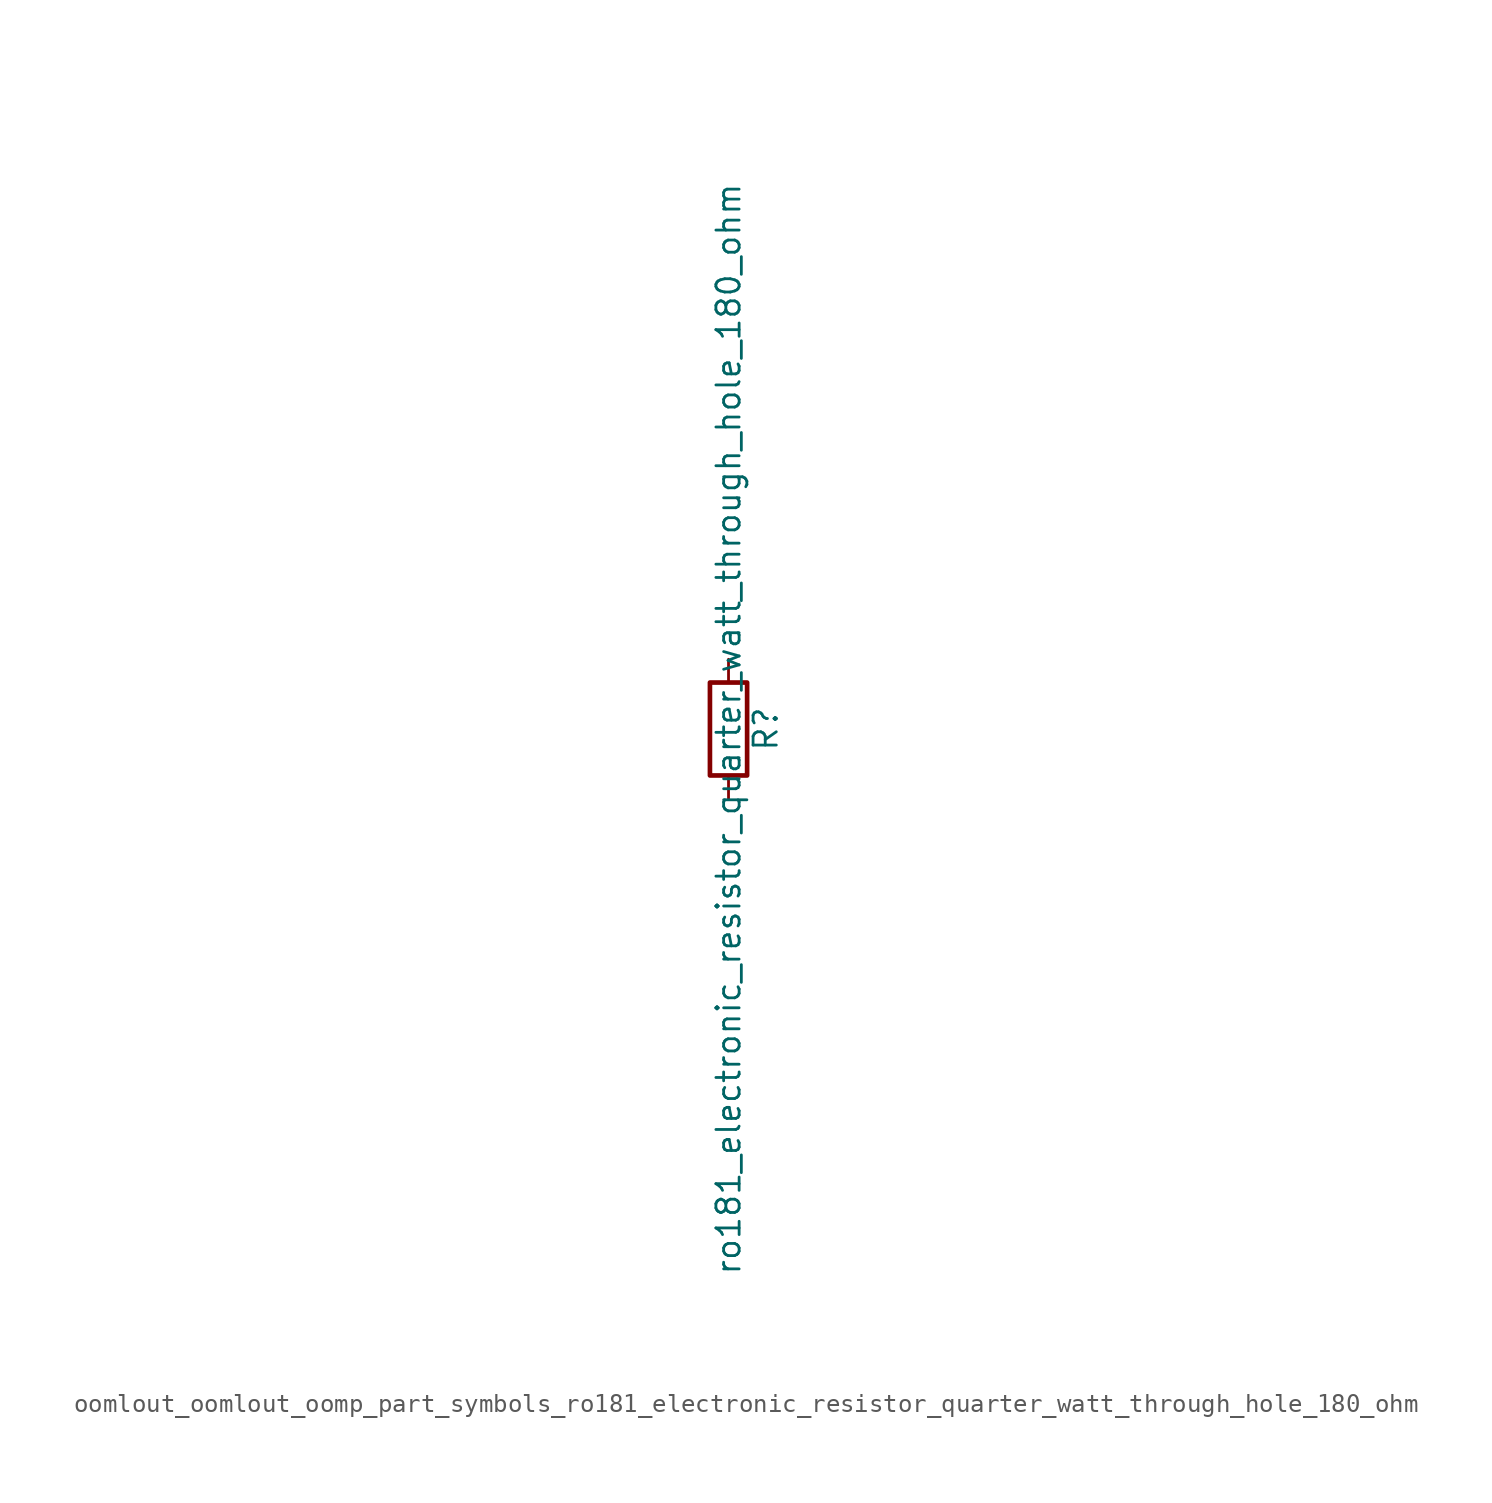
<source format=kicad_sym>
(kicad_symbol_lib
  (version 20220914)
  (generator kicad_symbol_editor)
  (symbol "oomlout_oomlout_oomp_part_symbols_ro181_electronic_resistor_quarter_watt_through_hole_180_ohm"
    (pin_numbers hide)
    (pin_names
      (offset 0))
    (property "Reference" "R"
      (at 2.032 0 90)
      (effects (font (size 1.27 1.27))))
    (property "Value" "ro181_electronic_resistor_quarter_watt_through_hole_180_ohm"
      (at 0 0 90)
      (effects (font (size 1.27 1.27))))
    (symbol "oomlout_oomlout_oomp_part_symbols_ro181_electronic_resistor_quarter_watt_through_hole_180_ohm_0_1"
      (rectangle (start -1.016 -2.54) (end 1.016 2.54) (stroke (width 0.254) (type default)) (fill (type none))))
    (symbol "oomlout_oomlout_oomp_part_symbols_ro181_electronic_resistor_quarter_watt_through_hole_180_ohm_1_1"
      (pin passive line (at 0 3.81 270) (length 1.27) (name "~" (effects (font (size 1.27 1.27)))) (number "1" (effects (font (size 1.27 1.27)))))
      (pin passive line (at 0 -3.81 90) (length 1.27) (name "~" (effects (font (size 1.27 1.27)))) (number "2" (effects (font (size 1.27 1.27))))))))
</source>
